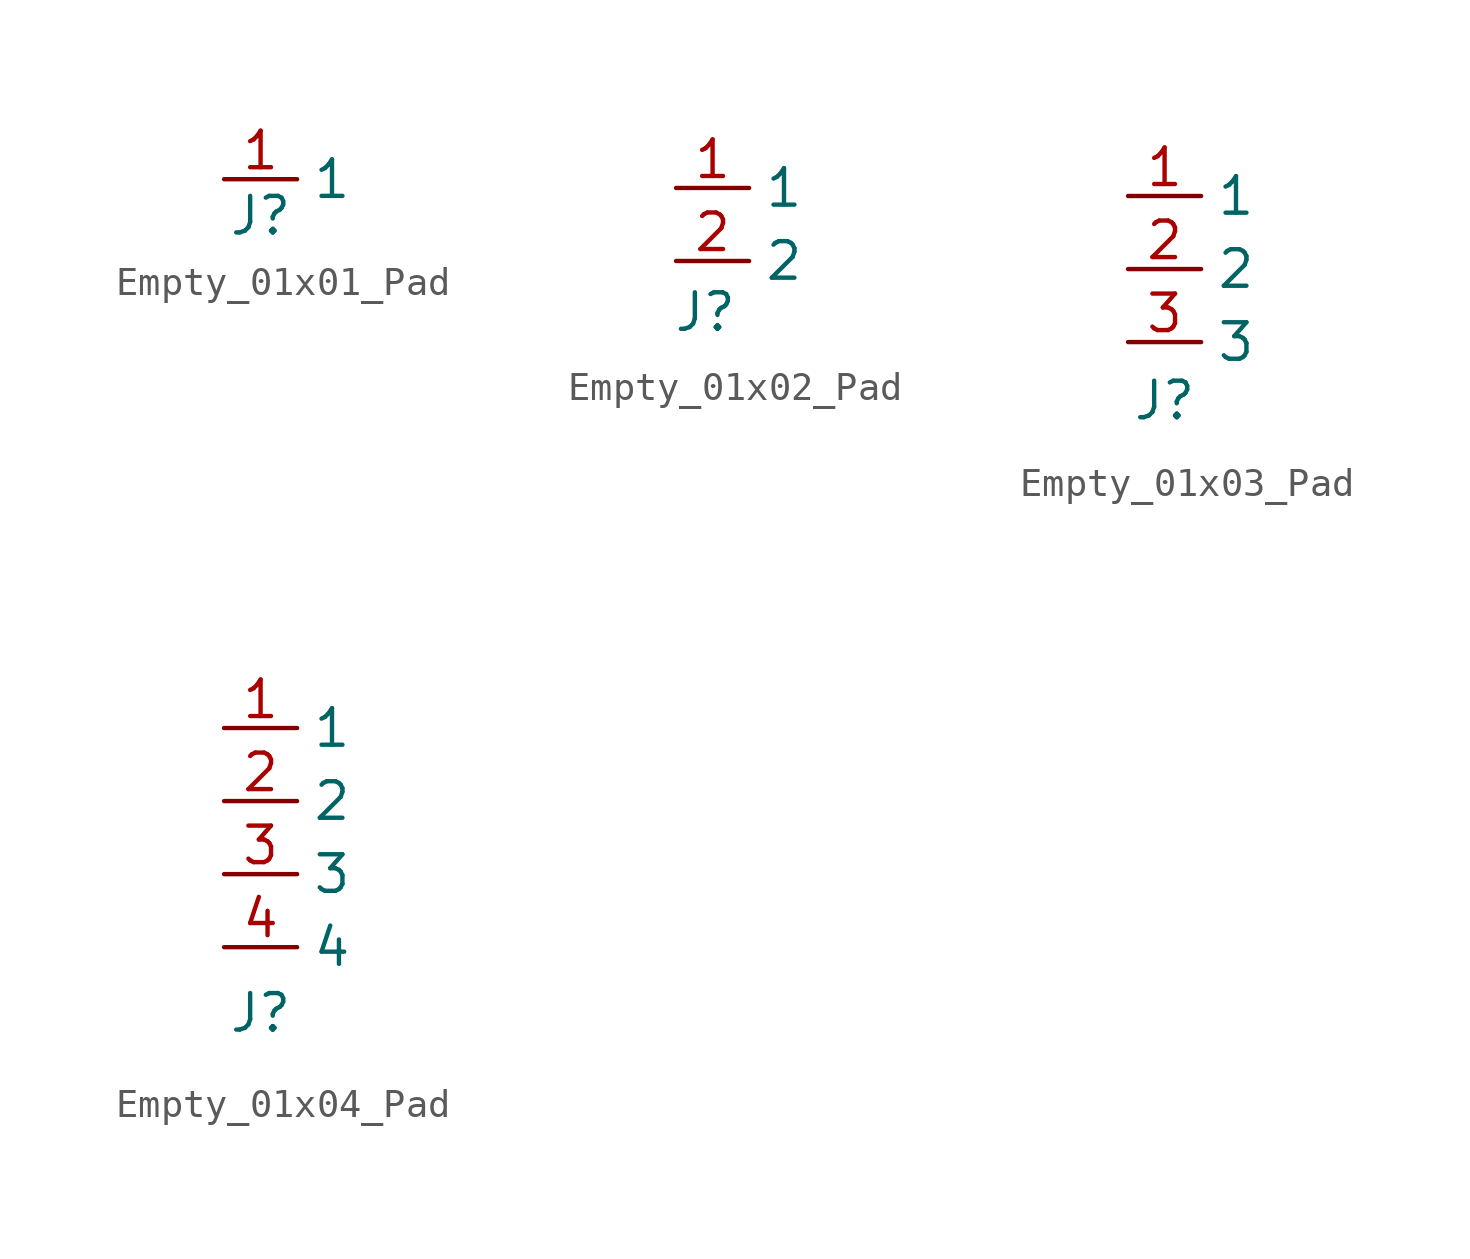
<source format=kicad_sym>
(kicad_symbol_lib
  (version 20231120)
  (generator "kicad_symbol_editor")
  (generator_version "8.0")
  (symbol "Empty_01x01_Pad"
    (property "Reference" "J"
      (at 0 0 0)
      (effects (font (size 1.27 1.27))))
    (property "Value" ""
      (at 0 0 0)
      (effects (font (size 1.27 1.27))))
    (symbol "Empty_01x01_Pad_1_1"
      (pin input line (at -1.27 1.27 0) (length 2.54) (name "1" (effects (font (size 1.27 1.27)))) (number "1" (effects (font (size 1.27 1.27)))))))
  (symbol "Empty_01x02_Pad"
    (property "Reference" "J"
      (at -0.254 -0.508 0)
      (effects (font (size 1.27 1.27))))
    (property "Value" ""
      (at 0 2.54 0)
      (effects (font (size 1.27 1.27))))
    (symbol "Empty_01x02_Pad_1_1"
      (pin input line (at -1.27 3.81 0) (length 2.54) (name "1" (effects (font (size 1.27 1.27)))) (number "1" (effects (font (size 1.27 1.27)))))
      (pin input line (at -1.27 1.27 0) (length 2.54) (name "2" (effects (font (size 1.27 1.27)))) (number "2" (effects (font (size 1.27 1.27)))))))
  (symbol "Empty_01x03_Pad"
    (property "Reference" "J"
      (at 0 -0.762 0)
      (effects (font (size 1.27 1.27))))
    (property "Value" ""
      (at 0 5.08 0)
      (effects (font (size 1.27 1.27))))
    (symbol "Empty_01x03_Pad_1_1"
      (pin input line (at -1.27 6.35 0) (length 2.54) (name "1" (effects (font (size 1.27 1.27)))) (number "1" (effects (font (size 1.27 1.27)))))
      (pin input line (at -1.27 3.81 0) (length 2.54) (name "2" (effects (font (size 1.27 1.27)))) (number "2" (effects (font (size 1.27 1.27)))))
      (pin input line (at -1.27 1.27 0) (length 2.54) (name "3" (effects (font (size 1.27 1.27)))) (number "3" (effects (font (size 1.27 1.27)))))))
  (symbol "Empty_01x04_Pad"
    (property "Reference" "J"
      (at 0 -1.016 0)
      (effects (font (size 1.27 1.27))))
    (property "Value" ""
      (at 0 7.62 0)
      (effects (font (size 1.27 1.27))))
    (symbol "Empty_01x04_Pad_1_1"
      (pin input line (at -1.27 8.89 0) (length 2.54) (name "1" (effects (font (size 1.27 1.27)))) (number "1" (effects (font (size 1.27 1.27)))))
      (pin input line (at -1.27 6.35 0) (length 2.54) (name "2" (effects (font (size 1.27 1.27)))) (number "2" (effects (font (size 1.27 1.27)))))
      (pin input line (at -1.27 3.81 0) (length 2.54) (name "3" (effects (font (size 1.27 1.27)))) (number "3" (effects (font (size 1.27 1.27)))))
      (pin input line (at -1.27 1.27 0) (length 2.54) (name "4" (effects (font (size 1.27 1.27)))) (number "4" (effects (font (size 1.27 1.27))))))))
</source>
